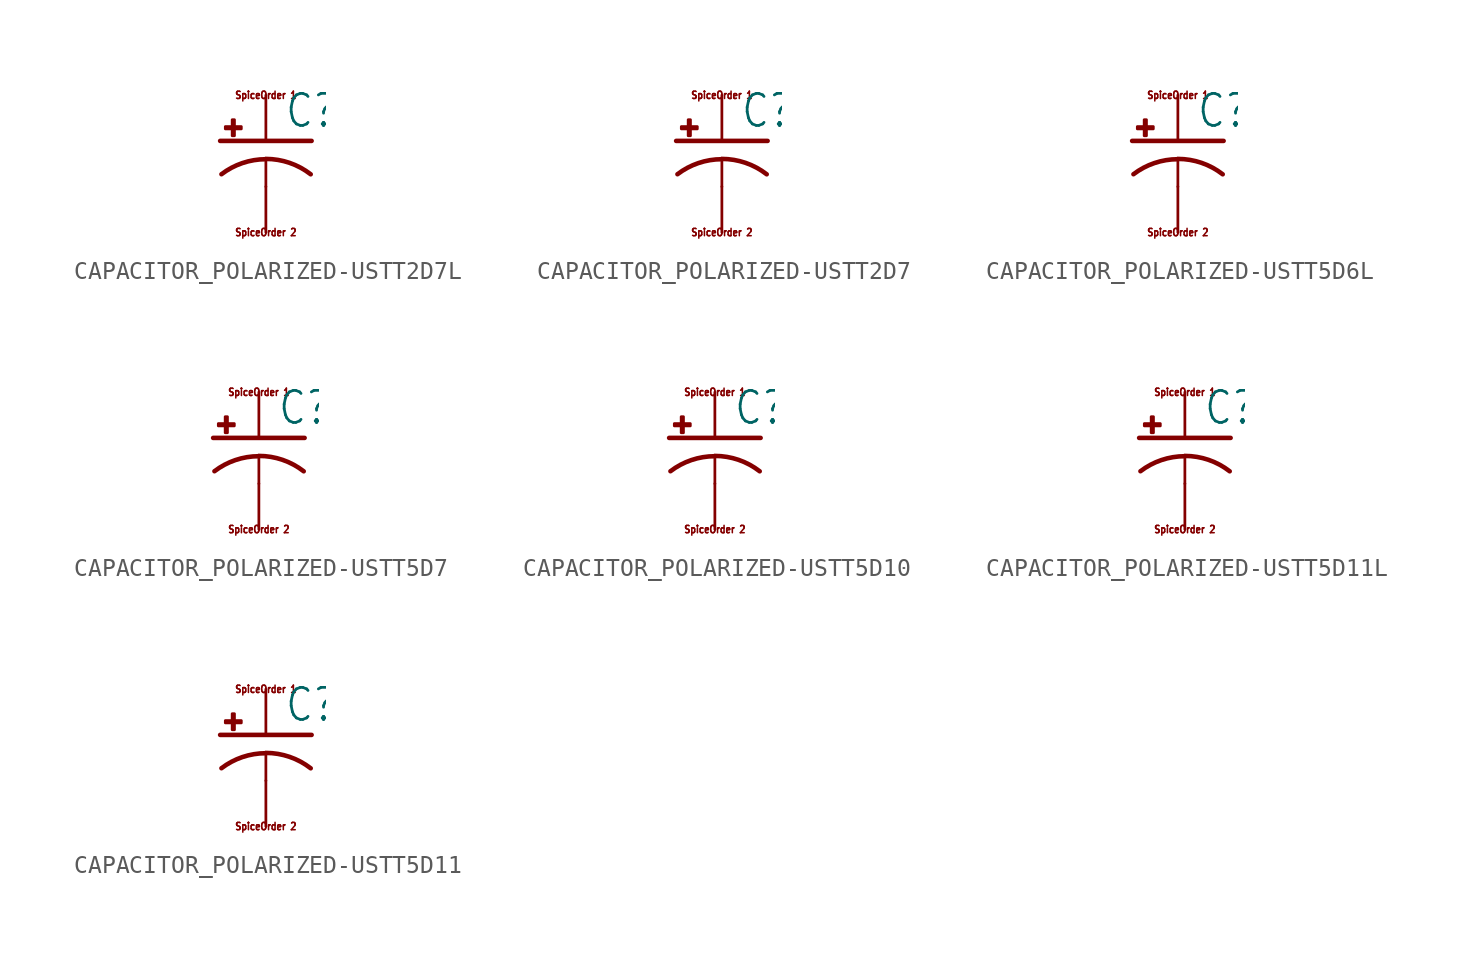
<source format=kicad_sym>
(kicad_symbol_lib
  (version 20231120)
  (generator "kicad_symbol_editor")
  (generator_version "8.0")
  (symbol "CAPACITOR_POLARIZED-USTT2D7L"
    (property "Reference" "C"
      (at 1.016 0.635 0)
      (effects (font (size 1.778 1.511)) (justify left bottom)))
    (property "Value" ""
      (at 1.016 -4.191 0)
      (effects (font (size 1.778 1.511)) (justify left bottom)))
    (property "ki_locked" ""
      (at 0 0 0)
      (effects (font (size 1.27 1.27))))
    (symbol "CAPACITOR_POLARIZED-USTT2D7L_1_0"
      (rectangle (start -2.253 0.668) (end -1.364 0.795) (stroke (width 0) (type default)) (fill (type outline)))
      (rectangle (start -1.872 0.287) (end -1.745 1.176) (stroke (width 0) (type default)) (fill (type outline)))
      (arc (start 0 -1.0161) (mid -1.3021 -1.2303) (end -2.4669 -1.8504) (stroke (width 0.254) (type solid)) (fill (type none)))
      (polyline (pts (xy -2.54 0) (xy 2.54 0)) (stroke (width 0.254) (type solid)) (fill (type none)))
      (polyline (pts (xy 0 -1.016) (xy 0 -2.54)) (stroke (width 0.152) (type solid)) (fill (type none)))
      (arc (start 2.4892 -1.8541) (mid 1.3158 -1.2194) (end 0 -1) (stroke (width 0.254) (type solid)) (fill (type none)))
      (text "SpiceOrder 1" (at 0 2.54 0) (effects (font (size 0.406 0.345))))
      (text "SpiceOrder 2" (at 0 -5.08 0) (effects (font (size 0.406 0.345))))
      (pin passive line (at 0 2.54 270) (length 2.54) (name "+" (effects (font (size 0 0)))) (number "+" (effects (font (size 0 0)))))
      (pin passive line (at 0 -5.08 90) (length 2.54) (name "-" (effects (font (size 0 0)))) (number "-" (effects (font (size 0 0)))))))
  (symbol "CAPACITOR_POLARIZED-USTT2D7"
    (property "Reference" "C"
      (at 1.016 0.635 0)
      (effects (font (size 1.778 1.511)) (justify left bottom)))
    (property "Value" ""
      (at 1.016 -4.191 0)
      (effects (font (size 1.778 1.511)) (justify left bottom)))
    (property "ki_locked" ""
      (at 0 0 0)
      (effects (font (size 1.27 1.27))))
    (symbol "CAPACITOR_POLARIZED-USTT2D7_1_0"
      (rectangle (start -2.253 0.668) (end -1.364 0.795) (stroke (width 0) (type default)) (fill (type outline)))
      (rectangle (start -1.872 0.287) (end -1.745 1.176) (stroke (width 0) (type default)) (fill (type outline)))
      (arc (start 0 -1.0161) (mid -1.3021 -1.2303) (end -2.4669 -1.8504) (stroke (width 0.254) (type solid)) (fill (type none)))
      (polyline (pts (xy -2.54 0) (xy 2.54 0)) (stroke (width 0.254) (type solid)) (fill (type none)))
      (polyline (pts (xy 0 -1.016) (xy 0 -2.54)) (stroke (width 0.152) (type solid)) (fill (type none)))
      (arc (start 2.4892 -1.8541) (mid 1.3158 -1.2194) (end 0 -1) (stroke (width 0.254) (type solid)) (fill (type none)))
      (text "SpiceOrder 1" (at 0 2.54 0) (effects (font (size 0.406 0.345))))
      (text "SpiceOrder 2" (at 0 -5.08 0) (effects (font (size 0.406 0.345))))
      (pin passive line (at 0 2.54 270) (length 2.54) (name "+" (effects (font (size 0 0)))) (number "+" (effects (font (size 0 0)))))
      (pin passive line (at 0 -5.08 90) (length 2.54) (name "-" (effects (font (size 0 0)))) (number "-" (effects (font (size 0 0)))))))
  (symbol "CAPACITOR_POLARIZED-USTT5D6L"
    (property "Reference" "C"
      (at 1.016 0.635 0)
      (effects (font (size 1.778 1.511)) (justify left bottom)))
    (property "Value" ""
      (at 1.016 -4.191 0)
      (effects (font (size 1.778 1.511)) (justify left bottom)))
    (property "ki_locked" ""
      (at 0 0 0)
      (effects (font (size 1.27 1.27))))
    (symbol "CAPACITOR_POLARIZED-USTT5D6L_1_0"
      (rectangle (start -2.253 0.668) (end -1.364 0.795) (stroke (width 0) (type default)) (fill (type outline)))
      (rectangle (start -1.872 0.287) (end -1.745 1.176) (stroke (width 0) (type default)) (fill (type outline)))
      (arc (start 0 -1.0161) (mid -1.3021 -1.2303) (end -2.4669 -1.8504) (stroke (width 0.254) (type solid)) (fill (type none)))
      (polyline (pts (xy -2.54 0) (xy 2.54 0)) (stroke (width 0.254) (type solid)) (fill (type none)))
      (polyline (pts (xy 0 -1.016) (xy 0 -2.54)) (stroke (width 0.152) (type solid)) (fill (type none)))
      (arc (start 2.4892 -1.8541) (mid 1.3158 -1.2194) (end 0 -1) (stroke (width 0.254) (type solid)) (fill (type none)))
      (text "SpiceOrder 1" (at 0 2.54 0) (effects (font (size 0.406 0.345))))
      (text "SpiceOrder 2" (at 0 -5.08 0) (effects (font (size 0.406 0.345))))
      (pin passive line (at 0 2.54 270) (length 2.54) (name "+" (effects (font (size 0 0)))) (number "+" (effects (font (size 0 0)))))
      (pin passive line (at 0 -5.08 90) (length 2.54) (name "-" (effects (font (size 0 0)))) (number "-" (effects (font (size 0 0)))))))
  (symbol "CAPACITOR_POLARIZED-USTT5D7"
    (property "Reference" "C"
      (at 1.016 0.635 0)
      (effects (font (size 1.778 1.511)) (justify left bottom)))
    (property "Value" ""
      (at 1.016 -4.191 0)
      (effects (font (size 1.778 1.511)) (justify left bottom)))
    (property "ki_locked" ""
      (at 0 0 0)
      (effects (font (size 1.27 1.27))))
    (symbol "CAPACITOR_POLARIZED-USTT5D7_1_0"
      (rectangle (start -2.253 0.668) (end -1.364 0.795) (stroke (width 0) (type default)) (fill (type outline)))
      (rectangle (start -1.872 0.287) (end -1.745 1.176) (stroke (width 0) (type default)) (fill (type outline)))
      (arc (start 0 -1.0161) (mid -1.3021 -1.2303) (end -2.4669 -1.8504) (stroke (width 0.254) (type solid)) (fill (type none)))
      (polyline (pts (xy -2.54 0) (xy 2.54 0)) (stroke (width 0.254) (type solid)) (fill (type none)))
      (polyline (pts (xy 0 -1.016) (xy 0 -2.54)) (stroke (width 0.152) (type solid)) (fill (type none)))
      (arc (start 2.4892 -1.8541) (mid 1.3158 -1.2194) (end 0 -1) (stroke (width 0.254) (type solid)) (fill (type none)))
      (text "SpiceOrder 1" (at 0 2.54 0) (effects (font (size 0.406 0.345))))
      (text "SpiceOrder 2" (at 0 -5.08 0) (effects (font (size 0.406 0.345))))
      (pin passive line (at 0 2.54 270) (length 2.54) (name "+" (effects (font (size 0 0)))) (number "+" (effects (font (size 0 0)))))
      (pin passive line (at 0 -5.08 90) (length 2.54) (name "-" (effects (font (size 0 0)))) (number "-" (effects (font (size 0 0)))))))
  (symbol "CAPACITOR_POLARIZED-USTT5D10"
    (property "Reference" "C"
      (at 1.016 0.635 0)
      (effects (font (size 1.778 1.511)) (justify left bottom)))
    (property "Value" ""
      (at 1.016 -4.191 0)
      (effects (font (size 1.778 1.511)) (justify left bottom)))
    (property "ki_locked" ""
      (at 0 0 0)
      (effects (font (size 1.27 1.27))))
    (symbol "CAPACITOR_POLARIZED-USTT5D10_1_0"
      (rectangle (start -2.253 0.668) (end -1.364 0.795) (stroke (width 0) (type default)) (fill (type outline)))
      (rectangle (start -1.872 0.287) (end -1.745 1.176) (stroke (width 0) (type default)) (fill (type outline)))
      (arc (start 0 -1.0161) (mid -1.3021 -1.2303) (end -2.4669 -1.8504) (stroke (width 0.254) (type solid)) (fill (type none)))
      (polyline (pts (xy -2.54 0) (xy 2.54 0)) (stroke (width 0.254) (type solid)) (fill (type none)))
      (polyline (pts (xy 0 -1.016) (xy 0 -2.54)) (stroke (width 0.152) (type solid)) (fill (type none)))
      (arc (start 2.4892 -1.8541) (mid 1.3158 -1.2194) (end 0 -1) (stroke (width 0.254) (type solid)) (fill (type none)))
      (text "SpiceOrder 1" (at 0 2.54 0) (effects (font (size 0.406 0.345))))
      (text "SpiceOrder 2" (at 0 -5.08 0) (effects (font (size 0.406 0.345))))
      (pin passive line (at 0 2.54 270) (length 2.54) (name "+" (effects (font (size 0 0)))) (number "+" (effects (font (size 0 0)))))
      (pin passive line (at 0 -5.08 90) (length 2.54) (name "-" (effects (font (size 0 0)))) (number "-" (effects (font (size 0 0)))))))
  (symbol "CAPACITOR_POLARIZED-USTT5D11L"
    (property "Reference" "C"
      (at 1.016 0.635 0)
      (effects (font (size 1.778 1.511)) (justify left bottom)))
    (property "Value" ""
      (at 1.016 -4.191 0)
      (effects (font (size 1.778 1.511)) (justify left bottom)))
    (property "ki_locked" ""
      (at 0 0 0)
      (effects (font (size 1.27 1.27))))
    (symbol "CAPACITOR_POLARIZED-USTT5D11L_1_0"
      (rectangle (start -2.253 0.668) (end -1.364 0.795) (stroke (width 0) (type default)) (fill (type outline)))
      (rectangle (start -1.872 0.287) (end -1.745 1.176) (stroke (width 0) (type default)) (fill (type outline)))
      (arc (start 0 -1.0161) (mid -1.3021 -1.2303) (end -2.4669 -1.8504) (stroke (width 0.254) (type solid)) (fill (type none)))
      (polyline (pts (xy -2.54 0) (xy 2.54 0)) (stroke (width 0.254) (type solid)) (fill (type none)))
      (polyline (pts (xy 0 -1.016) (xy 0 -2.54)) (stroke (width 0.152) (type solid)) (fill (type none)))
      (arc (start 2.4892 -1.8541) (mid 1.3158 -1.2194) (end 0 -1) (stroke (width 0.254) (type solid)) (fill (type none)))
      (text "SpiceOrder 1" (at 0 2.54 0) (effects (font (size 0.406 0.345))))
      (text "SpiceOrder 2" (at 0 -5.08 0) (effects (font (size 0.406 0.345))))
      (pin passive line (at 0 2.54 270) (length 2.54) (name "+" (effects (font (size 0 0)))) (number "+" (effects (font (size 0 0)))))
      (pin passive line (at 0 -5.08 90) (length 2.54) (name "-" (effects (font (size 0 0)))) (number "-" (effects (font (size 0 0)))))))
  (symbol "CAPACITOR_POLARIZED-USTT5D11"
    (property "Reference" "C"
      (at 1.016 0.635 0)
      (effects (font (size 1.778 1.511)) (justify left bottom)))
    (property "Value" ""
      (at 1.016 -4.191 0)
      (effects (font (size 1.778 1.511)) (justify left bottom)))
    (property "ki_locked" ""
      (at 0 0 0)
      (effects (font (size 1.27 1.27))))
    (symbol "CAPACITOR_POLARIZED-USTT5D11_1_0"
      (rectangle (start -2.253 0.668) (end -1.364 0.795) (stroke (width 0) (type default)) (fill (type outline)))
      (rectangle (start -1.872 0.287) (end -1.745 1.176) (stroke (width 0) (type default)) (fill (type outline)))
      (arc (start 0 -1.0161) (mid -1.3021 -1.2303) (end -2.4669 -1.8504) (stroke (width 0.254) (type solid)) (fill (type none)))
      (polyline (pts (xy -2.54 0) (xy 2.54 0)) (stroke (width 0.254) (type solid)) (fill (type none)))
      (polyline (pts (xy 0 -1.016) (xy 0 -2.54)) (stroke (width 0.152) (type solid)) (fill (type none)))
      (arc (start 2.4892 -1.8541) (mid 1.3158 -1.2194) (end 0 -1) (stroke (width 0.254) (type solid)) (fill (type none)))
      (text "SpiceOrder 1" (at 0 2.54 0) (effects (font (size 0.406 0.345))))
      (text "SpiceOrder 2" (at 0 -5.08 0) (effects (font (size 0.406 0.345))))
      (pin passive line (at 0 2.54 270) (length 2.54) (name "+" (effects (font (size 0 0)))) (number "+" (effects (font (size 0 0)))))
      (pin passive line (at 0 -5.08 90) (length 2.54) (name "-" (effects (font (size 0 0)))) (number "-" (effects (font (size 0 0))))))))
</source>
